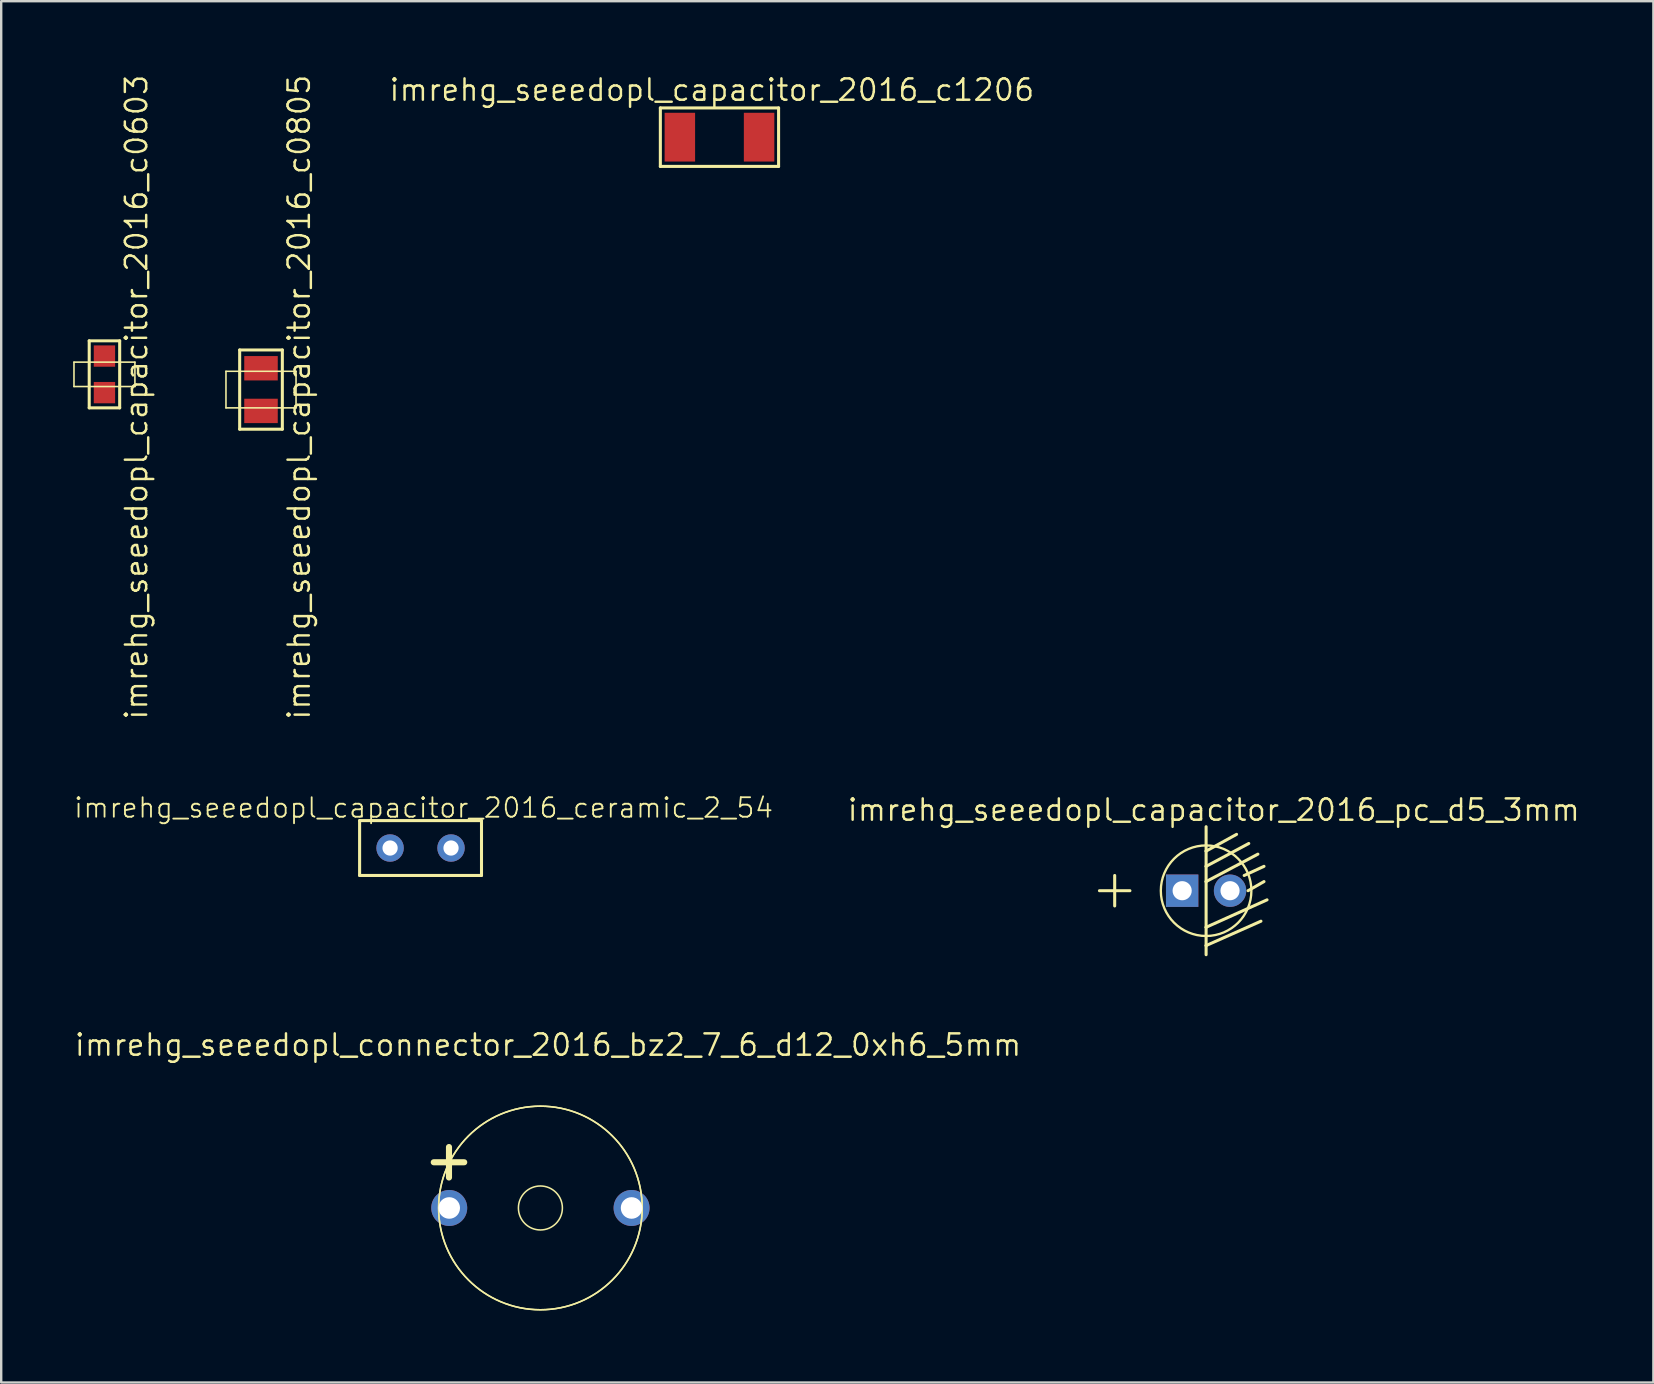
<source format=kicad_pcb>
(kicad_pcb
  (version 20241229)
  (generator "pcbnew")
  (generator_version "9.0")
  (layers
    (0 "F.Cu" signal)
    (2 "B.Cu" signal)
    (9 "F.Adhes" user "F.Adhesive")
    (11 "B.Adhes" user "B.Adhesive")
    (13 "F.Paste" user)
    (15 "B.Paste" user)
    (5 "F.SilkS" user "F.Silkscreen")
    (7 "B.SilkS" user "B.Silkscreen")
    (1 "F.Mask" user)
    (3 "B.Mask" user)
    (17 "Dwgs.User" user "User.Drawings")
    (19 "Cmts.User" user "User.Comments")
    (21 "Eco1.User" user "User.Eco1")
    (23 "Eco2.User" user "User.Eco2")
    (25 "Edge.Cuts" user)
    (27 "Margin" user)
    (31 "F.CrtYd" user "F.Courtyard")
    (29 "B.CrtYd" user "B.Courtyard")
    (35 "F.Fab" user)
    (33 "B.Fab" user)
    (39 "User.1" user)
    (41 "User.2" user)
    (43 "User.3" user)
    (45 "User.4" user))
  (footprint "imrehg_seeedopl_capacitor_2016_c0805"
    (layer "F.Cu")
    (at 7.828 13.187)
    (property "Reference" "imrehg_seeedopl_capacitor_2016_c0805" (at 1.587 0.318 270) (layer "F.SilkS") (effects (font (size 0.889 0.889) (thickness 0.102))))
    (attr smd)
    (fp_line (start -1.46 -0.762) (end 1.46 -0.762) (stroke (width 0.066) (type solid)) (layer "F.SilkS"))
    (fp_line (start -1.46 0.762) (end -1.46 -0.762) (stroke (width 0.066) (type solid)) (layer "F.SilkS"))
    (fp_line (start -1.46 0.762) (end 1.46 0.762) (stroke (width 0.066) (type solid)) (layer "F.SilkS"))
    (fp_line (start -0.889 -1.651) (end 0.889 -1.651) (stroke (width 0.127) (type solid)) (layer "F.SilkS"))
    (fp_line (start -0.889 1.651) (end -0.889 -1.651) (stroke (width 0.127) (type solid)) (layer "F.SilkS"))
    (fp_line (start 0.889 -1.651) (end 0.889 1.651) (stroke (width 0.127) (type solid)) (layer "F.SilkS"))
    (fp_line (start 0.889 1.651) (end -0.889 1.651) (stroke (width 0.127) (type solid)) (layer "F.SilkS"))
    (fp_line (start 1.46 0.762) (end 1.46 -0.762) (stroke (width 0.066) (type solid)) (layer "F.SilkS"))
    (pad "1" smd rect (at 0 -0.889 270) (size 1.016 1.397) (layers "F.Cu" "F.Mask" "F.Paste"))
    (pad "2" smd rect (at 0 0.889 270) (size 1.016 1.397) (layers "F.Cu" "F.Mask" "F.Paste")))
  (footprint "imrehg_seeedopl_capacitor_2016_c1206"
    (layer "F.Cu")
    (at 26.936 2.667)
    (property "Reference" "imrehg_seeedopl_capacitor_2016_c1206" (at -0.318 -1.968 0) (layer "F.SilkS") (effects (font (size 0.889 0.889) (thickness 0.102))))
    (attr smd)
    (fp_line (start -2.464 -1.219) (end 2.464 -1.219) (stroke (width 0.127) (type solid)) (layer "F.SilkS"))
    (fp_line (start -2.464 1.219) (end -2.464 -1.219) (stroke (width 0.127) (type solid)) (layer "F.SilkS"))
    (fp_line (start 2.464 -1.219) (end 2.464 1.219) (stroke (width 0.127) (type solid)) (layer "F.SilkS"))
    (fp_line (start 2.464 1.219) (end -2.464 1.219) (stroke (width 0.127) (type solid)) (layer "F.SilkS"))
    (pad "1" smd rect (at -1.651 0) (size 1.27 2.032) (layers "F.Cu" "F.Mask" "F.Paste"))
    (pad "2" smd rect (at 1.651 0) (size 1.27 2.032) (layers "F.Cu" "F.Mask" "F.Paste")))
  (footprint "imrehg_seeedopl_capacitor_2016_ceramic_2_54"
    (layer "F.Cu")
    (at 14.478 32.294)
    (property "Reference" "imrehg_seeedopl_capacitor_2016_ceramic_2_54" (at 0.127 -1.676 0) (layer "F.SilkS") (effects (font (size 0.813 0.813) (thickness 0.076))))
    (attr exclude_from_pos_files exclude_from_bom)
    (fp_line (start -2.54 -1.143) (end 2.54 -1.143) (stroke (width 0.066) (type solid)) (layer "F.SilkS"))
    (fp_line (start -2.54 -1.143) (end 2.54 -1.143) (stroke (width 0.127) (type solid)) (layer "F.SilkS"))
    (fp_line (start -2.54 1.143) (end -2.54 -1.143) (stroke (width 0.066) (type solid)) (layer "F.SilkS"))
    (fp_line (start -2.54 1.143) (end -2.54 -1.143) (stroke (width 0.127) (type solid)) (layer "F.SilkS"))
    (fp_line (start -2.54 1.143) (end 2.54 1.143) (stroke (width 0.066) (type solid)) (layer "F.SilkS"))
    (fp_line (start 2.54 -1.143) (end 2.54 1.143) (stroke (width 0.127) (type solid)) (layer "F.SilkS"))
    (fp_line (start 2.54 1.143) (end -2.54 1.143) (stroke (width 0.127) (type solid)) (layer "F.SilkS"))
    (fp_line (start 2.54 1.143) (end 2.54 -1.143) (stroke (width 0.066) (type solid)) (layer "F.SilkS"))
    (pad "1" thru_hole circle (at -1.27 0) (size 1.143 1.143) (drill 0.635) (layers "*.Cu" "*.Paste" "*.Mask"))
    (pad "2" thru_hole circle (at 1.27 0) (size 1.143 1.143) (drill 0.635) (layers "*.Cu" "*.Paste" "*.Mask")))
  (footprint "imrehg_seeedopl_capacitor_2016_pc_d5_3mm"
    (layer "F.Cu")
    (at 47.218 34.073)
    (property "Reference" "imrehg_seeedopl_capacitor_2016_pc_d5_3mm" (at 0.318 -3.365 0) (layer "F.SilkS") (effects (font (size 0.889 0.889) (thickness 0.102))))
    (attr exclude_from_pos_files exclude_from_bom)
    (fp_line (start -4.445 0) (end -3.81 0) (stroke (width 0.127) (type solid)) (layer "F.SilkS"))
    (fp_line (start -3.81 0) (end -3.81 -0.635) (stroke (width 0.127) (type solid)) (layer "F.SilkS"))
    (fp_line (start -3.81 0) (end -3.81 0.635) (stroke (width 0.127) (type solid)) (layer "F.SilkS"))
    (fp_line (start -3.175 0) (end -3.81 0) (stroke (width 0.127) (type solid)) (layer "F.SilkS"))
    (fp_line (start 0 -2.667) (end 0 -1.651) (stroke (width 0.127) (type solid)) (layer "F.SilkS"))
    (fp_line (start 0 -1.651) (end 0 -1.016) (stroke (width 0.127) (type solid)) (layer "F.SilkS"))
    (fp_line (start 0 -1.651) (end 1.27 -2.349) (stroke (width 0.127) (type solid)) (layer "F.SilkS"))
    (fp_line (start 0 -1.016) (end 0 -0.381) (stroke (width 0.127) (type solid)) (layer "F.SilkS"))
    (fp_line (start 0 -1.016) (end 1.778 -1.968) (stroke (width 0.127) (type solid)) (layer "F.SilkS"))
    (fp_line (start 0 -0.381) (end 0 1.524) (stroke (width 0.127) (type solid)) (layer "F.SilkS"))
    (fp_line (start 0 -0.381) (end 2.159 -1.524) (stroke (width 0.127) (type solid)) (layer "F.SilkS"))
    (fp_line (start 0 1.524) (end 0 2.286) (stroke (width 0.127) (type solid)) (layer "F.SilkS"))
    (fp_line (start 0 1.524) (end 2.54 0.381) (stroke (width 0.127) (type solid)) (layer "F.SilkS"))
    (fp_line (start 0 2.286) (end 0 2.667) (stroke (width 0.127) (type solid)) (layer "F.SilkS"))
    (fp_line (start 0 2.286) (end 2.286 1.27) (stroke (width 0.127) (type solid)) (layer "F.SilkS"))
    (fp_line (start 1.587 -0.635) (end 2.413 -1.016) (stroke (width 0.127) (type solid)) (layer "F.SilkS"))
    (fp_line (start 1.748 0) (end 2.413 -0.381) (stroke (width 0.127) (type solid)) (layer "F.SilkS"))
    (fp_circle (center 0 0) (end -1.346 1.346) (stroke (width 0.064) (type solid)) (fill no) (layer "F.SilkS"))
    (fp_circle (center 0 0) (end -1.323 1.323) (stroke (width 0.064) (type solid)) (fill no) (layer "F.SilkS"))
    (pad "+" thru_hole rect (at -0.998 0) (size 1.349 1.349) (drill 0.798) (layers "*.Cu" "*.Paste" "*.Mask"))
    (pad "-" thru_hole circle (at 0.998 0) (size 1.349 1.349) (drill 0.798) (layers "*.Cu" "*.Paste" "*.Mask")))
  (footprint "imrehg_seeedopl_capacitor_2016_c0603"
    (layer "F.Cu")
    (at 1.303 12.552)
    (property "Reference" "imrehg_seeedopl_capacitor_2016_c0603" (at 1.333 0.953 270) (layer "F.SilkS") (effects (font (size 0.889 0.889) (thickness 0.102))))
    (attr smd)
    (fp_line (start -1.27 -0.508) (end 1.27 -0.508) (stroke (width 0.066) (type solid)) (layer "F.SilkS"))
    (fp_line (start -1.27 0.508) (end -1.27 -0.508) (stroke (width 0.066) (type solid)) (layer "F.SilkS"))
    (fp_line (start -1.27 0.508) (end 1.27 0.508) (stroke (width 0.066) (type solid)) (layer "F.SilkS"))
    (fp_line (start -0.635 -1.397) (end 0.635 -1.397) (stroke (width 0.127) (type solid)) (layer "F.SilkS"))
    (fp_line (start -0.635 1.397) (end -0.635 -1.397) (stroke (width 0.127) (type solid)) (layer "F.SilkS"))
    (fp_line (start 0.635 -1.397) (end 0.635 1.397) (stroke (width 0.127) (type solid)) (layer "F.SilkS"))
    (fp_line (start 0.635 1.397) (end -0.635 1.397) (stroke (width 0.127) (type solid)) (layer "F.SilkS"))
    (fp_line (start 1.27 0.508) (end 1.27 -0.508) (stroke (width 0.066) (type solid)) (layer "F.SilkS"))
    (pad "1" smd rect (at 0 -0.762 270) (size 0.889 0.889) (layers "F.Cu" "F.Mask" "F.Paste"))
    (pad "2" smd rect (at 0 0.762 270) (size 0.889 0.889) (layers "F.Cu" "F.Mask" "F.Paste")))
  (footprint "imrehg_seeedopl_connector_2016_bz2_7_6_d12_0xh6_5mm"
    (layer "F.Cu")
    (at 19.473 47.296)
    (property "Reference" "imrehg_seeedopl_connector_2016_bz2_7_6_d12_0xh6_5mm" (at 0.318 -6.795 0) (layer "F.SilkS") (effects (font (size 0.889 0.889) (thickness 0.102))))
    (attr exclude_from_pos_files exclude_from_bom)
    (fp_line (start -4.445 -1.905) (end -3.81 -1.905) (stroke (width 0.254) (type solid)) (layer "F.SilkS"))
    (fp_line (start -3.81 -1.905) (end -3.81 -2.54) (stroke (width 0.254) (type solid)) (layer "F.SilkS"))
    (fp_line (start -3.81 -1.905) (end -3.81 -1.27) (stroke (width 0.254) (type solid)) (layer "F.SilkS"))
    (fp_line (start -3.175 -1.905) (end -3.81 -1.905) (stroke (width 0.254) (type solid)) (layer "F.SilkS"))
    (fp_circle (center 0 0) (end -3 3) (stroke (width 0.064) (type solid)) (fill no) (layer "F.SilkS"))
    (fp_circle (center 0 0) (end -3 3) (stroke (width 0.064) (type solid)) (fill no) (layer "F.SilkS"))
    (fp_circle (center 0 0) (end -0.648 0.648) (stroke (width 0.064) (type solid)) (fill no) (layer "F.SilkS"))
    (pad "+" thru_hole circle (at -3.8 0) (size 1.499 1.499) (drill 0.899) (layers "*.Cu" "*.Paste" "*.Mask"))
    (pad "-" thru_hole circle (at 3.8 0) (size 1.499 1.499) (drill 0.899) (layers "*.Cu" "*.Paste" "*.Mask")))
  (gr_rect
    (start -3 -3)
    (end 65.86 54.57)
    (stroke (width 0.1) (type default))
    (fill no)
    (layer "Edge.Cuts")))
</source>
